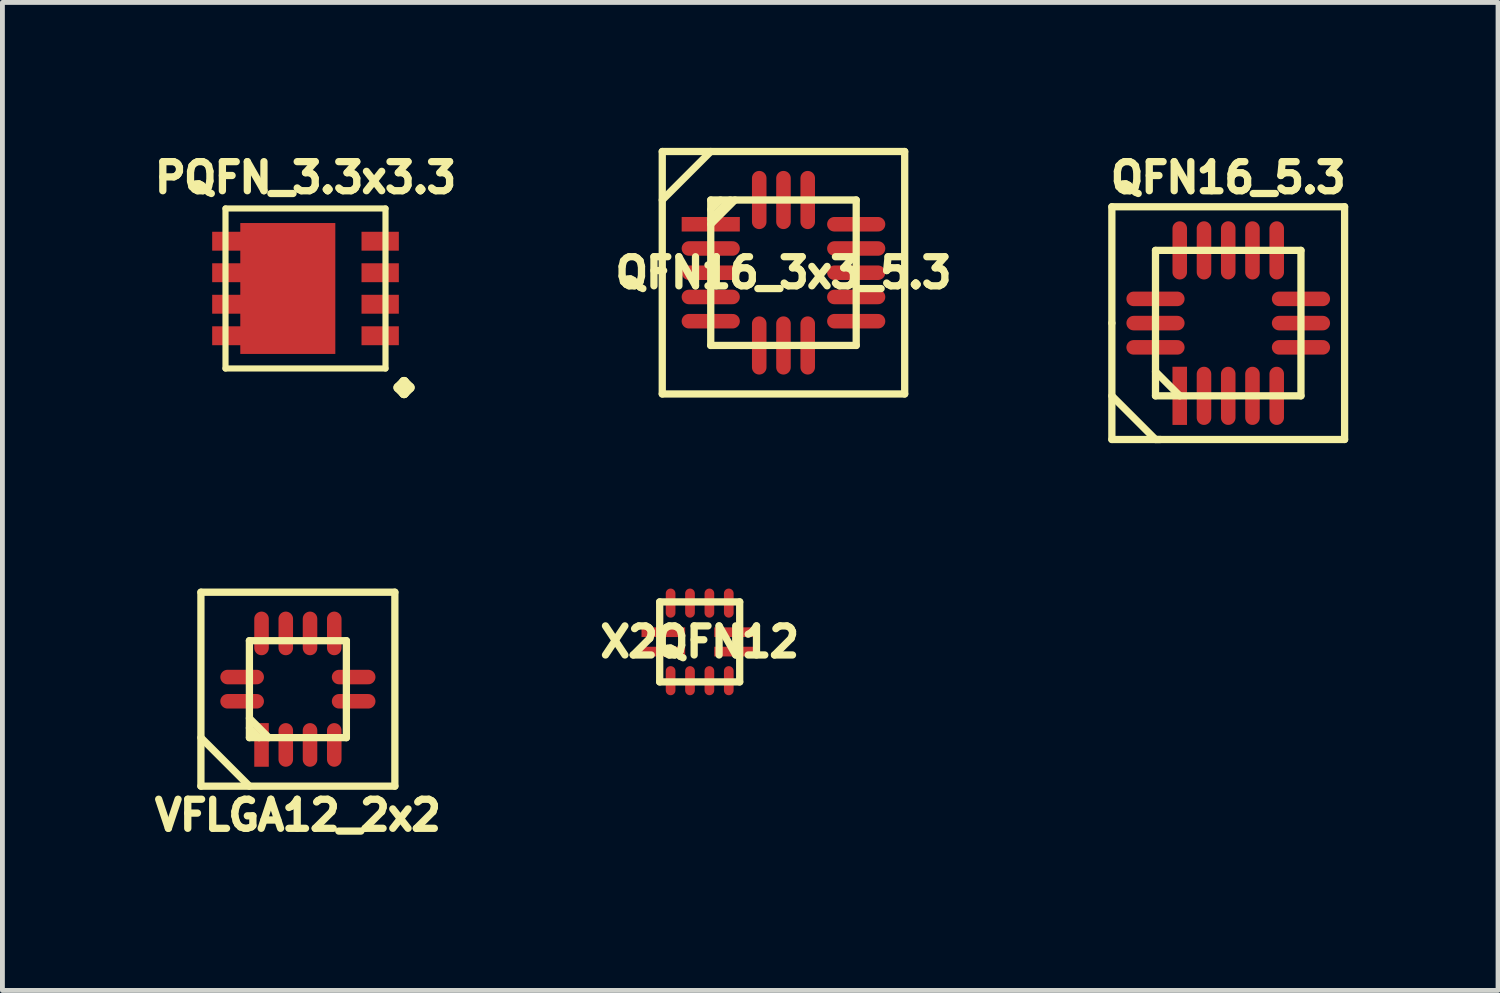
<source format=kicad_pcb>
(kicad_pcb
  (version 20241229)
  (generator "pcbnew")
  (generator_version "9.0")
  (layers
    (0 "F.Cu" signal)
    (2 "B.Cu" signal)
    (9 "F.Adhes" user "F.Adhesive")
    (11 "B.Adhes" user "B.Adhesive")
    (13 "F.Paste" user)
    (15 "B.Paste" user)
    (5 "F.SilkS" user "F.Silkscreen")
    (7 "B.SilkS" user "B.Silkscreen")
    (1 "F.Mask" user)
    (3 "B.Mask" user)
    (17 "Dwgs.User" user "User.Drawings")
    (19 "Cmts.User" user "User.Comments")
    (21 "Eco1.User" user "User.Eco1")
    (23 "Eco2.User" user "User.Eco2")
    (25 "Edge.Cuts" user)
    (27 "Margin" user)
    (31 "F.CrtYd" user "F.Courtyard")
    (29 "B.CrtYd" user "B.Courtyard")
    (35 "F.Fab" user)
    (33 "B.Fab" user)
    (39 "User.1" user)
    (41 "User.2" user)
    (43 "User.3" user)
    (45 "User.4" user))
  (footprint "QFN16_5.3"
    (layer "F.Cu")
    (at 22.282 3.614)
    (property "Reference" "QFN16_5.3" (at 0 -3 0) (layer "F.SilkS") (effects (font (size 0.6 0.6) (thickness 0.15))))
    (attr through_hole)
    (fp_line (start -2.4 -2.4) (end 2.4 -2.4) (stroke (width 0.15) (type solid)) (layer "F.SilkS"))
    (fp_line (start -2.4 0) (end -2.4 -2.4) (stroke (width 0.15) (type solid)) (layer "F.SilkS"))
    (fp_line (start -2.4 1.5) (end -1.5 2.4) (stroke (width 0.15) (type solid)) (layer "F.SilkS"))
    (fp_line (start -2.4 2.4) (end -2.4 0) (stroke (width 0.15) (type solid)) (layer "F.SilkS"))
    (fp_line (start -1.5 -1.5) (end 1.5 -1.5) (stroke (width 0.15) (type solid)) (layer "F.SilkS"))
    (fp_line (start -1.5 1) (end -1 1.5) (stroke (width 0.15) (type solid)) (layer "F.SilkS"))
    (fp_line (start -1.5 1.5) (end -1.5 -1.5) (stroke (width 0.15) (type solid)) (layer "F.SilkS"))
    (fp_line (start -1.5 2.4) (end -1.4 2.4) (stroke (width 0.15) (type solid)) (layer "F.SilkS"))
    (fp_line (start 1.5 -1.5) (end 1.5 1.5) (stroke (width 0.15) (type solid)) (layer "F.SilkS"))
    (fp_line (start 1.5 1.5) (end -1.5 1.5) (stroke (width 0.15) (type solid)) (layer "F.SilkS"))
    (fp_line (start 2.4 -2.4) (end 2.4 2.4) (stroke (width 0.15) (type solid)) (layer "F.SilkS"))
    (fp_line (start 2.4 2.4) (end -2.4 2.4) (stroke (width 0.15) (type solid)) (layer "F.SilkS"))
    (pad "1" smd rect (at -1 1.5 90) (size 1.2 0.3) (layers "F.Cu" "F.Mask" "F.Paste"))
    (pad "2" smd oval (at -0.5 1.5 90) (size 1.2 0.3) (layers "F.Cu" "F.Mask" "F.Paste"))
    (pad "3" smd oval (at 0 1.5 90) (size 1.2 0.3) (layers "F.Cu" "F.Mask" "F.Paste"))
    (pad "4" smd oval (at 0.5 1.5 90) (size 1.2 0.3) (layers "F.Cu" "F.Mask" "F.Paste"))
    (pad "5" smd oval (at 1 1.5 90) (size 1.2 0.3) (layers "F.Cu" "F.Mask" "F.Paste"))
    (pad "6" smd oval (at 1.5 0.5) (size 1.2 0.3) (layers "F.Cu" "F.Mask" "F.Paste"))
    (pad "7" smd oval (at 1.5 0) (size 1.2 0.3) (layers "F.Cu" "F.Mask" "F.Paste"))
    (pad "8" smd oval (at 1.5 -0.5) (size 1.2 0.3) (layers "F.Cu" "F.Mask" "F.Paste"))
    (pad "9" smd oval (at 1 -1.5 90) (size 1.2 0.3) (layers "F.Cu" "F.Mask" "F.Paste"))
    (pad "10" smd oval (at 0.5 -1.5 90) (size 1.2 0.3) (layers "F.Cu" "F.Mask" "F.Paste"))
    (pad "11" smd oval (at 0 -1.501 90) (size 1.199 0.3) (layers "F.Cu" "F.Mask" "F.Paste"))
    (pad "12" smd oval (at -0.5 -1.5 90) (size 1.2 0.3) (layers "F.Cu" "F.Mask" "F.Paste"))
    (pad "13" smd oval (at -1 -1.5 90) (size 1.2 0.3) (layers "F.Cu" "F.Mask" "F.Paste"))
    (pad "14" smd oval (at -1.5 -0.5) (size 1.2 0.3) (layers "F.Cu" "F.Mask" "F.Paste"))
    (pad "15" smd oval (at -1.5 0) (size 1.2 0.3) (layers "F.Cu" "F.Mask" "F.Paste"))
    (pad "16" smd oval (at -1.5 0.5) (size 1.2 0.3) (layers "F.Cu" "F.Mask" "F.Paste")))
  (footprint "VFLGA12_2x2"
    (layer "F.Cu")
    (at 3.094 11.164)
    (property "Reference" "VFLGA12_2x2" (at 0 2.6 0) (layer "F.SilkS") (effects (font (size 0.6 0.6) (thickness 0.15))))
    (attr smd)
    (fp_line (start -2 -2) (end 2 -2) (stroke (width 0.15) (type solid)) (layer "F.SilkS"))
    (fp_line (start -2 1) (end -1 2) (stroke (width 0.15) (type solid)) (layer "F.SilkS"))
    (fp_line (start -2 2) (end -2 -2) (stroke (width 0.15) (type solid)) (layer "F.SilkS"))
    (fp_line (start -1 -1) (end 1 -1) (stroke (width 0.15) (type solid)) (layer "F.SilkS"))
    (fp_line (start -1 1) (end -1 -1) (stroke (width 0.15) (type solid)) (layer "F.SilkS"))
    (fp_line (start -0.8 1) (end -1 0.8) (stroke (width 0.15) (type solid)) (layer "F.SilkS"))
    (fp_line (start -0.6 1) (end -1 0.6) (stroke (width 0.15) (type solid)) (layer "F.SilkS"))
    (fp_line (start 1 -1) (end 1 1) (stroke (width 0.15) (type solid)) (layer "F.SilkS"))
    (fp_line (start 1 1) (end -1 1) (stroke (width 0.15) (type solid)) (layer "F.SilkS"))
    (fp_line (start 2 -2) (end 2 2) (stroke (width 0.15) (type solid)) (layer "F.SilkS"))
    (fp_line (start 2 2) (end -2 2) (stroke (width 0.15) (type solid)) (layer "F.SilkS"))
    (pad "1" smd rect (at -0.75 1.15 90) (size 0.9 0.3) (layers "F.Cu" "F.Mask" "F.Paste"))
    (pad "2" smd oval (at -0.25 1.15 90) (size 0.9 0.3) (layers "F.Cu" "F.Mask" "F.Paste"))
    (pad "3" smd oval (at 0.25 1.15 90) (size 0.9 0.3) (layers "F.Cu" "F.Mask" "F.Paste"))
    (pad "4" smd oval (at 0.75 1.15 90) (size 0.9 0.3) (layers "F.Cu" "F.Mask" "F.Paste"))
    (pad "5" smd oval (at 1.15 0.25) (size 0.9 0.3) (layers "F.Cu" "F.Mask" "F.Paste"))
    (pad "6" smd oval (at 1.15 -0.25) (size 0.9 0.3) (layers "F.Cu" "F.Mask" "F.Paste"))
    (pad "7" smd oval (at 0.75 -1.15 90) (size 0.9 0.3) (layers "F.Cu" "F.Mask" "F.Paste"))
    (pad "8" smd oval (at 0.25 -1.15 90) (size 0.9 0.3) (layers "F.Cu" "F.Mask" "F.Paste"))
    (pad "9" smd oval (at -0.25 -1.15 90) (size 0.9 0.3) (layers "F.Cu" "F.Mask" "F.Paste"))
    (pad "10" smd oval (at -0.75 -1.15 90) (size 0.9 0.3) (layers "F.Cu" "F.Mask" "F.Paste"))
    (pad "11" smd oval (at -1.15 -0.25) (size 0.9 0.3) (layers "F.Cu" "F.Mask" "F.Paste"))
    (pad "12" smd oval (at -1.15 0.25) (size 0.9 0.3) (layers "F.Cu" "F.Mask" "F.Paste")))
  (footprint "X2QFN12"
    (layer "F.Cu")
    (at 11.381 10.189)
    (property "Reference" "X2QFN12" (at 0 0 0) (unlocked yes) (layer "F.SilkS") (effects (font (size 0.6 0.6) (thickness 0.15))))
    (attr smd)
    (fp_line (start -0.825 -0.825) (end 0.825 -0.825) (stroke (width 0.15) (type solid)) (layer "F.SilkS"))
    (fp_line (start -0.825 0.825) (end -0.825 -0.825) (stroke (width 0.15) (type solid)) (layer "F.SilkS"))
    (fp_line (start 0.825 -0.825) (end 0.825 0.825) (stroke (width 0.15) (type solid)) (layer "F.SilkS"))
    (fp_line (start 0.825 0.825) (end -0.825 0.825) (stroke (width 0.15) (type solid)) (layer "F.SilkS"))
    (pad "1" smd rect (at -0.75 -0.2) (size 0.9 0.2) (layers "F.Cu" "F.Mask" "F.Paste"))
    (pad "2" smd rect (at -0.75 0.2) (size 0.9 0.2) (layers "F.Cu" "F.Mask" "F.Paste"))
    (pad "3" smd oval (at -0.6 0.8) (size 0.2 0.6) (layers "F.Cu" "F.Mask" "F.Paste"))
    (pad "4" smd oval (at -0.2 0.8) (size 0.2 0.6) (layers "F.Cu" "F.Mask" "F.Paste"))
    (pad "5" smd oval (at 0.2 0.8) (size 0.2 0.6) (layers "F.Cu" "F.Mask" "F.Paste"))
    (pad "6" smd oval (at 0.6 0.8) (size 0.2 0.6) (layers "F.Cu" "F.Mask" "F.Paste"))
    (pad "7" smd rect (at 0.75 0.2) (size 0.9 0.2) (layers "F.Cu" "F.Mask" "F.Paste"))
    (pad "8" smd rect (at 0.75 -0.2) (size 0.9 0.2) (layers "F.Cu" "F.Mask" "F.Paste"))
    (pad "9" smd oval (at 0.6 -0.8) (size 0.2 0.6) (layers "F.Cu" "F.Mask" "F.Paste"))
    (pad "10" smd oval (at 0.2 -0.8) (size 0.2 0.6) (layers "F.Cu" "F.Mask" "F.Paste"))
    (pad "11" smd oval (at -0.2 -0.8) (size 0.2 0.6) (layers "F.Cu" "F.Mask" "F.Paste"))
    (pad "12" smd oval (at -0.6 -0.8) (size 0.2 0.6) (layers "F.Cu" "F.Mask" "F.Paste")))
  (footprint "PQFN_3.3x3.3"
    (layer "F.Cu")
    (at 3.251 2.9)
    (property "Reference" "PQFN_3.3x3.3" (at 0 -2.286 0) (layer "F.SilkS") (effects (font (size 0.6 0.6) (thickness 0.15))))
    (attr through_hole)
    (fp_line (start -1.65 -1.65) (end 1.65 -1.65) (stroke (width 0.127) (type solid)) (layer "F.SilkS"))
    (fp_line (start -1.65 1.65) (end -1.65 -1.65) (stroke (width 0.127) (type solid)) (layer "F.SilkS"))
    (fp_line (start 1.65 -1.65) (end 1.65 1.65) (stroke (width 0.127) (type solid)) (layer "F.SilkS"))
    (fp_line (start 1.65 1.65) (end -1.65 1.65) (stroke (width 0.127) (type solid)) (layer "F.SilkS"))
    (fp_text user "." (at 2.032 1.016 0) (layer "F.SilkS") (effects (font (size 2.5 2.5) (thickness 0.2))))
    (pad "D" smd rect (at -1.54 -0.975) (size 0.77 0.39) (layers "F.Cu" "F.Mask" "F.Paste"))
    (pad "D" smd rect (at -1.54 -0.325) (size 0.77 0.39) (layers "F.Cu" "F.Mask" "F.Paste"))
    (pad "D" smd rect (at -1.54 0.325) (size 0.77 0.39) (layers "F.Cu" "F.Mask" "F.Paste"))
    (pad "D" smd rect (at -1.54 0.975) (size 0.77 0.39) (layers "F.Cu" "F.Mask" "F.Paste"))
    (pad "D" smd rect (at -0.365 0) (size 1.96 2.7) (layers "F.Cu" "F.Mask" "F.Paste"))
    (pad "G" smd rect (at 1.54 -0.975) (size 0.77 0.39) (layers "F.Cu" "F.Mask" "F.Paste"))
    (pad "S" smd rect (at 1.54 -0.325) (size 0.77 0.39) (layers "F.Cu" "F.Mask" "F.Paste"))
    (pad "S" smd rect (at 1.54 0.325) (size 0.77 0.39) (layers "F.Cu" "F.Mask" "F.Paste"))
    (pad "S" smd rect (at 1.54 0.975) (size 0.77 0.39) (layers "F.Cu" "F.Mask" "F.Paste")))
  (footprint "QFN16_3x3_5.3"
    (layer "F.Cu")
    (at 13.109 2.575)
    (property "Reference" "QFN16_3x3_5.3" (at 0 0 0) (layer "F.SilkS") (effects (font (size 0.6 0.6) (thickness 0.15))))
    (attr smd)
    (fp_line (start -2.5 -2.5) (end 2.5 -2.5) (stroke (width 0.15) (type solid)) (layer "F.SilkS"))
    (fp_line (start -2.5 2.5) (end -2.5 -2.5) (stroke (width 0.15) (type solid)) (layer "F.SilkS"))
    (fp_line (start -1.5 -2.5) (end -2.5 -1.5) (stroke (width 0.15) (type solid)) (layer "F.SilkS"))
    (fp_line (start -1.5 -1.5) (end 1.5 -1.5) (stroke (width 0.15) (type solid)) (layer "F.SilkS"))
    (fp_line (start -1.5 -1.3) (end -1.3 -1.5) (stroke (width 0.15) (type solid)) (layer "F.SilkS"))
    (fp_line (start -1.5 -1.1) (end -1.1 -1.5) (stroke (width 0.15) (type solid)) (layer "F.SilkS"))
    (fp_line (start -1.5 1.5) (end -1.5 -1.5) (stroke (width 0.15) (type solid)) (layer "F.SilkS"))
    (fp_line (start -1 -1.5) (end -1.5 -1) (stroke (width 0.15) (type solid)) (layer "F.SilkS"))
    (fp_line (start 1.5 -1.5) (end 1.5 1.5) (stroke (width 0.15) (type solid)) (layer "F.SilkS"))
    (fp_line (start 1.5 1.5) (end -1.5 1.5) (stroke (width 0.15) (type solid)) (layer "F.SilkS"))
    (fp_line (start 2.5 -2.5) (end 2.5 2.5) (stroke (width 0.15) (type solid)) (layer "F.SilkS"))
    (fp_line (start 2.5 2.5) (end -2.5 2.5) (stroke (width 0.15) (type solid)) (layer "F.SilkS"))
    (pad "1" smd rect (at -1.5 -1) (size 1.2 0.3) (layers "F.Cu" "F.Mask" "F.Paste"))
    (pad "2" smd oval (at -1.5 -0.5) (size 1.2 0.3) (layers "F.Cu" "F.Mask" "F.Paste"))
    (pad "3" smd oval (at -1.5 0) (size 1.2 0.3) (layers "F.Cu" "F.Mask" "F.Paste"))
    (pad "4" smd oval (at -1.5 0.5) (size 1.2 0.3) (layers "F.Cu" "F.Mask" "F.Paste"))
    (pad "5" smd oval (at -1.5 1) (size 1.2 0.3) (layers "F.Cu" "F.Mask" "F.Paste"))
    (pad "6" smd oval (at -0.5 1.5 270) (size 1.2 0.3) (layers "F.Cu" "F.Mask" "F.Paste"))
    (pad "7" smd oval (at 0 1.5 270) (size 1.2 0.3) (layers "F.Cu" "F.Mask" "F.Paste"))
    (pad "8" smd oval (at 0.5 1.5 270) (size 1.2 0.3) (layers "F.Cu" "F.Mask" "F.Paste"))
    (pad "9" smd oval (at 1.5 1) (size 1.2 0.3) (layers "F.Cu" "F.Mask" "F.Paste"))
    (pad "10" smd oval (at 1.5 0.5) (size 1.2 0.3) (layers "F.Cu" "F.Mask" "F.Paste"))
    (pad "11" smd oval (at 1.5 0) (size 1.2 0.3) (layers "F.Cu" "F.Mask" "F.Paste"))
    (pad "12" smd oval (at 1.5 -0.5) (size 1.2 0.3) (layers "F.Cu" "F.Mask" "F.Paste"))
    (pad "13" smd oval (at 1.5 -1) (size 1.2 0.3) (layers "F.Cu" "F.Mask" "F.Paste"))
    (pad "14" smd oval (at 0.5 -1.5 270) (size 1.2 0.3) (layers "F.Cu" "F.Mask" "F.Paste"))
    (pad "15" smd oval (at 0 -1.5 270) (size 1.2 0.3) (layers "F.Cu" "F.Mask" "F.Paste"))
    (pad "16" smd oval (at -0.5 -1.5 270) (size 1.2 0.3) (layers "F.Cu" "F.Mask" "F.Paste")))
  (gr_rect
    (start -3 -3)
    (end 27.847 17.378)
    (stroke (width 0.1) (type default))
    (fill no)
    (layer "Edge.Cuts")))
</source>
